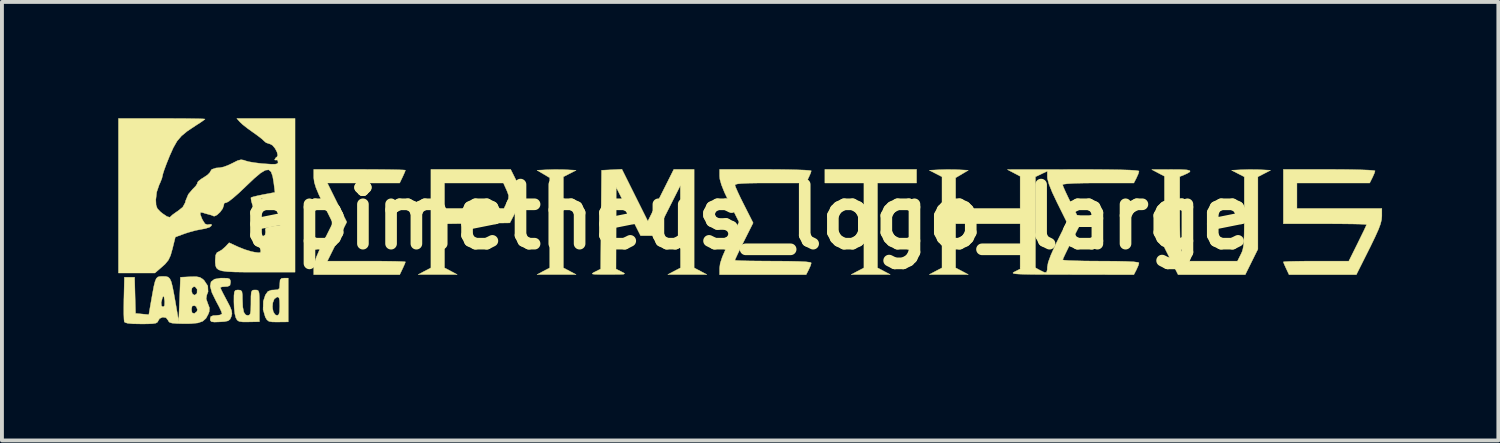
<source format=kicad_pcb>
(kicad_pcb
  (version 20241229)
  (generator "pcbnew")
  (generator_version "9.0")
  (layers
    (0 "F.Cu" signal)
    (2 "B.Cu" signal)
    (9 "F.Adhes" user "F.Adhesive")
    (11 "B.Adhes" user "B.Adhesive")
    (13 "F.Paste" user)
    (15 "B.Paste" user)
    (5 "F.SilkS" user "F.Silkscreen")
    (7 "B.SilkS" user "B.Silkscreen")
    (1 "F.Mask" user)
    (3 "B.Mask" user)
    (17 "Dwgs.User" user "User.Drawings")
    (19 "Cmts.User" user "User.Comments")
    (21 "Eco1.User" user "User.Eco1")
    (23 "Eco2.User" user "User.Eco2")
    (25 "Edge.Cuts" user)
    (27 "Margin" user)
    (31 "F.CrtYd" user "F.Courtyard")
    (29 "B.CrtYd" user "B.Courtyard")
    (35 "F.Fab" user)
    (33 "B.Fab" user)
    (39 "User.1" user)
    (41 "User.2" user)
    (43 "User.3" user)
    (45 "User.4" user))
  (footprint "epimetheus_logo_large"
    (layer "F.Cu")
    (at 16.252 2.545)
    (property "Reference" "epimetheus_logo_large" (at 0 0 0) (layer "F.SilkS") (effects (font (size 1.524 1.524) (thickness 0.3))))
    (attr through_hole)
    (fp_poly (pts (xy 4.336 -0.876) (xy 3.328 -0.876) (xy 3.328 1.312) (xy 3.657 1.485) (xy 2.649 1.485) (xy 2.978 1.312) (xy 2.978 -0.876) (xy 1.971 -0.876) (xy 1.971 -1.226) (xy 4.336 -1.226) (xy 4.336 -0.876)) (stroke (width 0.01) (type solid)) (fill yes) (layer "F.SilkS"))
    (fp_poly (pts (xy -4.783 -1.221) (xy -4.697 -1.217) (xy -4.445 -1.204) (xy -4.773 -1.035) (xy -4.773 1.312) (xy -4.445 1.485) (xy -5.452 1.485) (xy -5.288 1.398) (xy -5.124 1.312) (xy -5.124 -1.01) (xy -5.288 -1.107) (xy -5.452 -1.204) (xy -5.2 -1.217) (xy -5 -1.223) (xy -4.783 -1.221)) (stroke (width 0.01) (type solid)) (fill yes) (layer "F.SilkS"))
    (fp_poly (pts (xy -5.961 -0.885) (xy -5.789 -0.544) (xy -6.153 0.153) (xy -6.996 0.165) (xy -7.839 0.177) (xy -7.839 1.312) (xy -7.675 1.398) (xy -7.511 1.485) (xy -8.518 1.485) (xy -8.189 1.312) (xy -8.189 -0.876) (xy -7.839 -0.876) (xy -7.839 -0.219) (xy -6.305 -0.219) (xy -6.232 -0.371) (xy -6.19 -0.473) (xy -6.185 -0.552) (xy -6.219 -0.651) (xy -6.24 -0.699) (xy -6.32 -0.876) (xy -7.839 -0.876) (xy -8.189 -0.876) (xy -8.189 -1.226) (xy -6.132 -1.226) (xy -5.961 -0.885)) (stroke (width 0.01) (type solid)) (fill yes) (layer "F.SilkS"))
    (fp_poly (pts (xy -2.929 -0.56) (xy -2.595 0.109) (xy -2.261 -0.558) (xy -1.926 -1.226) (xy -1.401 -1.226) (xy -1.401 1.312) (xy -1.073 1.485) (xy -2.08 1.485) (xy -1.916 1.398) (xy -1.752 1.312) (xy -1.754 0.251) (xy -1.756 -0.81) (xy -2.409 0.482) (xy -2.782 0.482) (xy -3.097 -0.142) (xy -3.411 -0.766) (xy -3.413 0.288) (xy -3.416 1.342) (xy -3.274 1.413) (xy -3.215 1.443) (xy -3.194 1.464) (xy -3.222 1.476) (xy -3.309 1.481) (xy -3.466 1.483) (xy -3.613 1.483) (xy -3.822 1.483) (xy -3.954 1.48) (xy -4.019 1.472) (xy -4.029 1.458) (xy -3.995 1.434) (xy -3.953 1.413) (xy -3.811 1.342) (xy -3.8 0.069) (xy -3.788 -1.204) (xy -3.263 -1.23) (xy -2.929 -0.56)) (stroke (width 0.01) (type solid)) (fill yes) (layer "F.SilkS"))
    (fp_poly (pts (xy -11.868 2.706) (xy -12.13 2.709) (xy -12.278 2.708) (xy -12.365 2.693) (xy -12.417 2.654) (xy -12.459 2.585) (xy -12.517 2.388) (xy -12.515 2.335) (xy -12.276 2.335) (xy -12.254 2.447) (xy -12.204 2.523) (xy -12.154 2.54) (xy -12.114 2.52) (xy -12.093 2.447) (xy -12.087 2.305) (xy -12.087 2.296) (xy -12.091 2.156) (xy -12.107 2.084) (xy -12.141 2.064) (xy -12.16 2.066) (xy -12.229 2.116) (xy -12.267 2.215) (xy -12.276 2.335) (xy -12.515 2.335) (xy -12.511 2.173) (xy -12.458 2.012) (xy -12.392 1.92) (xy -12.299 1.886) (xy -12.239 1.883) (xy -12.137 1.876) (xy -12.095 1.838) (xy -12.087 1.741) (xy -12.087 1.73) (xy -12.079 1.626) (xy -12.042 1.584) (xy -11.977 1.577) (xy -11.868 1.577) (xy -11.868 2.706)) (stroke (width 0.01) (type solid)) (fill yes) (layer "F.SilkS"))
    (fp_poly (pts (xy -12.671 1.886) (xy -12.639 1.906) (xy -12.621 1.959) (xy -12.614 2.063) (xy -12.612 2.233) (xy -12.612 2.293) (xy -12.612 2.702) (xy -12.891 2.707) (xy -13.044 2.707) (xy -13.135 2.694) (xy -13.185 2.661) (xy -13.219 2.602) (xy -13.245 2.502) (xy -13.263 2.349) (xy -13.269 2.188) (xy -13.268 2.028) (xy -13.258 1.937) (xy -13.234 1.895) (xy -13.188 1.884) (xy -13.16 1.883) (xy -13.096 1.89) (xy -13.063 1.924) (xy -13.051 2.009) (xy -13.05 2.113) (xy -13.041 2.324) (xy -13.014 2.458) (xy -12.965 2.526) (xy -12.914 2.54) (xy -12.872 2.531) (xy -12.847 2.492) (xy -12.835 2.404) (xy -12.831 2.25) (xy -12.831 2.212) (xy -12.83 2.044) (xy -12.822 1.947) (xy -12.801 1.899) (xy -12.76 1.884) (xy -12.722 1.883) (xy -12.671 1.886)) (stroke (width 0.01) (type solid)) (fill yes) (layer "F.SilkS"))
    (fp_poly (pts (xy -13.44 1.58) (xy -13.378 1.6) (xy -13.358 1.647) (xy -13.357 1.686) (xy -13.371 1.764) (xy -13.431 1.793) (xy -13.488 1.796) (xy -13.581 1.803) (xy -13.62 1.822) (xy -13.62 1.822) (xy -13.6 1.871) (xy -13.548 1.975) (xy -13.474 2.115) (xy -13.457 2.147) (xy -13.373 2.307) (xy -13.33 2.415) (xy -13.32 2.496) (xy -13.337 2.569) (xy -13.37 2.64) (xy -13.42 2.679) (xy -13.513 2.698) (xy -13.631 2.706) (xy -13.773 2.711) (xy -13.849 2.701) (xy -13.878 2.67) (xy -13.882 2.63) (xy -13.866 2.568) (xy -13.801 2.543) (xy -13.729 2.54) (xy -13.628 2.528) (xy -13.577 2.499) (xy -13.576 2.492) (xy -13.596 2.433) (xy -13.649 2.321) (xy -13.724 2.18) (xy -13.729 2.171) (xy -13.837 1.95) (xy -13.881 1.786) (xy -13.859 1.672) (xy -13.77 1.604) (xy -13.613 1.577) (xy -13.567 1.577) (xy -13.44 1.58)) (stroke (width 0.01) (type solid)) (fill yes) (layer "F.SilkS"))
    (fp_poly (pts (xy -9.717 -1.225) (xy -9.436 -1.223) (xy -9.198 -1.22) (xy -9.012 -1.216) (xy -8.891 -1.211) (xy -8.846 -1.206) (xy -8.846 -1.206) (xy -8.863 -1.157) (xy -8.906 -1.061) (xy -8.92 -1.031) (xy -8.994 -0.876) (xy -10.86 -0.876) (xy -10.61 -0.372) (xy -10.359 0.131) (xy -10.61 0.635) (xy -10.86 1.139) (xy -9.853 1.139) (xy -9.567 1.139) (xy -9.312 1.142) (xy -9.101 1.145) (xy -8.946 1.15) (xy -8.86 1.156) (xy -8.846 1.159) (xy -8.863 1.208) (xy -8.906 1.304) (xy -8.92 1.334) (xy -8.994 1.489) (xy -11.211 1.489) (xy -11.211 1.313) (xy -11.195 1.194) (xy -11.143 1.034) (xy -11.051 0.822) (xy -10.965 0.646) (xy -10.719 0.156) (xy -10.965 -0.339) (xy -11.079 -0.576) (xy -11.154 -0.756) (xy -11.196 -0.894) (xy -11.211 -1.009) (xy -11.211 -1.03) (xy -11.211 -1.226) (xy -10.029 -1.226) (xy -9.717 -1.225)) (stroke (width 0.01) (type solid)) (fill yes) (layer "F.SilkS"))
    (fp_poly (pts (xy 11.155 -1.222) (xy 11.31 -1.213) (xy 11.385 -1.194) (xy 11.387 -1.165) (xy 11.318 -1.123) (xy 11.256 -1.095) (xy 11.123 -1.04) (xy 11.123 -0.106) (xy 11.124 0.217) (xy 11.128 0.464) (xy 11.135 0.649) (xy 11.146 0.784) (xy 11.162 0.881) (xy 11.184 0.954) (xy 11.197 0.984) (xy 11.271 1.139) (xy 12.611 1.139) (xy 12.699 0.965) (xy 12.729 0.9) (xy 12.751 0.828) (xy 12.767 0.736) (xy 12.778 0.611) (xy 12.784 0.44) (xy 12.787 0.209) (xy 12.788 -0.095) (xy 12.788 -0.122) (xy 12.788 -1.035) (xy 12.459 -1.204) (xy 12.711 -1.217) (xy 12.912 -1.223) (xy 13.129 -1.221) (xy 13.215 -1.217) (xy 13.466 -1.204) (xy 13.138 -1.035) (xy 13.138 0.831) (xy 12.812 1.489) (xy 11.081 1.489) (xy 10.905 1.14) (xy 10.729 0.79) (xy 10.729 -1.049) (xy 10.401 -1.222) (xy 10.918 -1.224) (xy 11.155 -1.222)) (stroke (width 0.01) (type solid)) (fill yes) (layer "F.SilkS"))
    (fp_poly (pts (xy 15.289 -1.225) (xy 15.57 -1.221) (xy 15.808 -1.215) (xy 15.994 -1.208) (xy 16.115 -1.199) (xy 16.16 -1.19) (xy 16.16 -1.189) (xy 16.142 -1.128) (xy 16.098 -1.028) (xy 16.091 -1.014) (xy 16.022 -0.876) (xy 14.145 -0.876) (xy 14.145 -0.219) (xy 16.335 -0.219) (xy 16.335 -0.021) (xy 16.327 0.072) (xy 16.3 0.182) (xy 16.248 0.322) (xy 16.165 0.506) (xy 16.048 0.749) (xy 16.006 0.833) (xy 15.677 1.489) (xy 13.942 1.489) (xy 13.869 1.334) (xy 13.822 1.231) (xy 13.796 1.166) (xy 13.795 1.159) (xy 13.836 1.153) (xy 13.952 1.147) (xy 14.129 1.143) (xy 14.353 1.14) (xy 14.611 1.139) (xy 14.639 1.139) (xy 15.483 1.139) (xy 15.712 0.678) (xy 15.801 0.496) (xy 15.875 0.345) (xy 15.924 0.239) (xy 15.941 0.197) (xy 15.899 0.191) (xy 15.781 0.185) (xy 15.6 0.181) (xy 15.366 0.178) (xy 15.093 0.176) (xy 14.868 0.175) (xy 13.795 0.175) (xy 13.795 -1.226) (xy 14.977 -1.226) (xy 15.289 -1.225)) (stroke (width 0.01) (type solid)) (fill yes) (layer "F.SilkS"))
    (fp_poly (pts (xy 0.749 -1.225) (xy 1.03 -1.221) (xy 1.269 -1.215) (xy 1.454 -1.208) (xy 1.575 -1.199) (xy 1.62 -1.19) (xy 1.62 -1.189) (xy 1.602 -1.128) (xy 1.558 -1.028) (xy 1.551 -1.014) (xy 1.483 -0.876) (xy 0.566 -0.876) (xy 0.245 -0.875) (xy 0.003 -0.871) (xy -0.169 -0.863) (xy -0.279 -0.853) (xy -0.335 -0.837) (xy -0.348 -0.821) (xy -0.328 -0.762) (xy -0.276 -0.643) (xy -0.2 -0.482) (xy -0.112 -0.307) (xy 0.121 0.153) (xy -0.115 0.623) (xy -0.206 0.807) (xy -0.281 0.961) (xy -0.331 1.07) (xy -0.35 1.116) (xy -0.35 1.116) (xy -0.309 1.122) (xy -0.192 1.128) (xy -0.012 1.133) (xy 0.218 1.136) (xy 0.487 1.138) (xy 0.635 1.139) (xy 1.005 1.141) (xy 1.289 1.147) (xy 1.485 1.157) (xy 1.595 1.171) (xy 1.62 1.185) (xy 1.602 1.253) (xy 1.556 1.354) (xy 1.554 1.36) (xy 1.487 1.489) (xy -0.744 1.489) (xy -0.744 1.314) (xy -0.728 1.195) (xy -0.675 1.034) (xy -0.582 0.819) (xy -0.494 0.635) (xy -0.243 0.131) (xy -0.494 -0.373) (xy -0.617 -0.631) (xy -0.696 -0.828) (xy -0.737 -0.975) (xy -0.744 -1.052) (xy -0.744 -1.226) (xy 0.438 -1.226) (xy 0.749 -1.225)) (stroke (width 0.01) (type solid)) (fill yes) (layer "F.SilkS"))
    (fp_poly (pts (xy 8.866 -1.224) (xy 9.27 -1.221) (xy 9.591 -1.216) (xy 9.828 -1.209) (xy 9.985 -1.199) (xy 10.063 -1.187) (xy 10.072 -1.18) (xy 10.054 -1.112) (xy 10.008 -1.01) (xy 10.006 -1.005) (xy 9.939 -0.876) (xy 9.02 -0.876) (xy 8.68 -0.874) (xy 8.415 -0.868) (xy 8.229 -0.857) (xy 8.124 -0.844) (xy 8.102 -0.831) (xy 8.12 -0.777) (xy 8.171 -0.661) (xy 8.246 -0.502) (xy 8.337 -0.317) (xy 8.573 0.153) (xy 8.34 0.613) (xy 8.248 0.796) (xy 8.173 0.95) (xy 8.122 1.059) (xy 8.104 1.106) (xy 8.145 1.115) (xy 8.261 1.124) (xy 8.441 1.13) (xy 8.671 1.136) (xy 8.939 1.138) (xy 9.087 1.139) (xy 9.457 1.141) (xy 9.741 1.147) (xy 9.937 1.157) (xy 10.047 1.171) (xy 10.072 1.185) (xy 10.054 1.253) (xy 10.008 1.354) (xy 10.006 1.36) (xy 9.939 1.489) (xy 8.331 1.486) (xy 7.914 1.485) (xy 7.577 1.484) (xy 7.313 1.482) (xy 7.114 1.478) (xy 6.973 1.473) (xy 6.882 1.466) (xy 6.834 1.456) (xy 6.821 1.444) (xy 6.835 1.429) (xy 6.865 1.413) (xy 7.007 1.342) (xy 7.007 0.175) (xy 5.343 0.175) (xy 5.343 1.312) (xy 5.507 1.398) (xy 5.671 1.485) (xy 4.664 1.485) (xy 4.828 1.398) (xy 4.992 1.312) (xy 4.992 -1.035) (xy 4.828 -1.12) (xy 4.664 -1.204) (xy 4.916 -1.217) (xy 5.116 -1.223) (xy 5.333 -1.221) (xy 5.419 -1.217) (xy 5.671 -1.204) (xy 5.507 -1.107) (xy 5.343 -1.01) (xy 5.343 -0.219) (xy 7.007 -0.219) (xy 7.007 -1.035) (xy 7.401 -1.035) (xy 7.401 1.311) (xy 7.521 1.376) (xy 7.632 1.43) (xy 7.687 1.428) (xy 7.706 1.362) (xy 7.708 1.292) (xy 7.731 1.169) (xy 7.8 0.981) (xy 7.91 0.734) (xy 7.959 0.635) (xy 8.209 0.131) (xy 7.959 -0.373) (xy 7.835 -0.635) (xy 7.751 -0.844) (xy 7.711 -0.991) (xy 7.708 -1.029) (xy 7.708 -1.181) (xy 7.554 -1.108) (xy 7.401 -1.035) (xy 7.007 -1.035) (xy 7.007 -1.049) (xy 6.678 -1.222) (xy 8.375 -1.224) (xy 8.866 -1.224)) (stroke (width 0.01) (type solid)) (fill yes) (layer "F.SilkS"))
    (fp_poly (pts (xy -15.104 1.533) (xy -15.025 1.535) (xy -14.966 1.551) (xy -14.922 1.593) (xy -14.885 1.673) (xy -14.852 1.804) (xy -14.814 1.998) (xy -14.776 2.212) (xy -14.693 2.693) (xy -14.681 2.387) (xy -14.364 2.387) (xy -14.349 2.472) (xy -14.295 2.489) (xy -14.287 2.488) (xy -14.224 2.438) (xy -14.211 2.387) (xy -14.244 2.309) (xy -14.287 2.286) (xy -14.346 2.297) (xy -14.364 2.375) (xy -14.364 2.387) (xy -14.681 2.387) (xy -14.671 2.124) (xy -14.662 1.905) (xy -14.364 1.905) (xy -14.339 1.986) (xy -14.285 2.017) (xy -14.232 1.984) (xy -14.221 1.96) (xy -14.218 1.865) (xy -14.268 1.803) (xy -14.303 1.796) (xy -14.351 1.834) (xy -14.364 1.905) (xy -14.662 1.905) (xy -14.649 1.555) (xy -14.397 1.542) (xy -14.245 1.539) (xy -14.148 1.557) (xy -14.072 1.604) (xy -14.036 1.638) (xy -13.943 1.779) (xy -13.936 1.929) (xy -13.969 2.013) (xy -13.985 2.111) (xy -13.943 2.231) (xy -13.9 2.345) (xy -13.907 2.443) (xy -13.929 2.502) (xy -13.99 2.615) (xy -14.074 2.69) (xy -14.198 2.733) (xy -14.378 2.751) (xy -14.558 2.753) (xy -14.746 2.748) (xy -14.864 2.738) (xy -14.929 2.718) (xy -14.959 2.685) (xy -14.966 2.666) (xy -15.019 2.599) (xy -15.105 2.584) (xy -15.186 2.62) (xy -15.218 2.671) (xy -15.239 2.712) (xy -15.281 2.738) (xy -15.362 2.752) (xy -15.5 2.758) (xy -15.66 2.759) (xy -15.874 2.755) (xy -16.012 2.742) (xy -16.082 2.719) (xy -16.097 2.702) (xy -16.104 2.638) (xy -16.109 2.505) (xy -16.109 2.324) (xy -16.107 2.111) (xy -16.106 2.1) (xy -16.094 1.555) (xy -15.831 1.555) (xy -15.819 2.021) (xy -15.806 2.487) (xy -15.464 2.52) (xy -15.415 2.234) (xy -15.41 2.208) (xy -15.146 2.208) (xy -15.137 2.295) (xy -15.096 2.321) (xy -15.059 2.289) (xy -15.055 2.188) (xy -15.058 2.157) (xy -15.073 2.059) (xy -15.091 2.04) (xy -15.112 2.08) (xy -15.146 2.208) (xy -15.41 2.208) (xy -15.369 1.974) (xy -15.334 1.788) (xy -15.303 1.663) (xy -15.271 1.587) (xy -15.232 1.549) (xy -15.181 1.535) (xy -15.113 1.533) (xy -15.104 1.533)) (stroke (width 0.01) (type solid)) (fill yes) (layer "F.SilkS"))
    (fp_poly (pts (xy -14.828 -2.539) (xy -14.557 -2.538) (xy -14.328 -2.535) (xy -14.154 -2.532) (xy -14.045 -2.528) (xy -14.014 -2.524) (xy -14.048 -2.495) (xy -14.137 -2.433) (xy -14.263 -2.352) (xy -14.266 -2.35) (xy -14.473 -2.212) (xy -14.623 -2.088) (xy -14.736 -1.955) (xy -14.832 -1.787) (xy -14.934 -1.559) (xy -14.935 -1.555) (xy -15.008 -1.374) (xy -15.066 -1.218) (xy -15.101 -1.109) (xy -15.109 -1.071) (xy -15.128 -0.992) (xy -15.175 -0.875) (xy -15.196 -0.832) (xy -15.261 -0.641) (xy -15.284 -0.443) (xy -15.277 -0.307) (xy -15.245 -0.217) (xy -15.168 -0.136) (xy -15.112 -0.09) (xy -14.997 -0.012) (xy -14.925 0.009) (xy -14.911 -0.001) (xy -14.859 -0.051) (xy -14.76 -0.123) (xy -14.713 -0.154) (xy -14.589 -0.253) (xy -14.527 -0.366) (xy -14.514 -0.419) (xy -14.445 -0.584) (xy -14.338 -0.711) (xy -14.254 -0.797) (xy -14.213 -0.862) (xy -14.213 -0.879) (xy -14.191 -0.918) (xy -14.112 -0.979) (xy -14.058 -1.012) (xy -13.953 -1.082) (xy -13.89 -1.144) (xy -13.882 -1.164) (xy -13.842 -1.226) (xy -13.732 -1.263) (xy -13.633 -1.27) (xy -13.532 -1.291) (xy -13.395 -1.344) (xy -13.308 -1.386) (xy -13.175 -1.453) (xy -13.086 -1.476) (xy -13.01 -1.464) (xy -12.983 -1.452) (xy -12.888 -1.425) (xy -12.734 -1.399) (xy -12.551 -1.377) (xy -12.501 -1.373) (xy -12.32 -1.361) (xy -12.21 -1.36) (xy -12.153 -1.372) (xy -12.132 -1.4) (xy -12.131 -1.419) (xy -12.15 -1.47) (xy -12.174 -1.467) (xy -12.215 -1.468) (xy -12.218 -1.483) (xy -12.184 -1.534) (xy -12.164 -1.544) (xy -12.139 -1.589) (xy -12.158 -1.673) (xy -12.208 -1.768) (xy -12.273 -1.847) (xy -12.339 -1.883) (xy -12.344 -1.883) (xy -12.439 -1.915) (xy -12.485 -1.953) (xy -12.55 -2.014) (xy -12.664 -2.102) (xy -12.786 -2.189) (xy -12.925 -2.289) (xy -13.046 -2.385) (xy -13.112 -2.447) (xy -13.195 -2.54) (xy -11.693 -2.54) (xy -11.693 1.423) (xy -12.649 1.423) (xy -12.988 1.423) (xy -13.249 1.419) (xy -13.442 1.409) (xy -13.578 1.391) (xy -13.667 1.361) (xy -13.719 1.316) (xy -13.743 1.255) (xy -13.751 1.173) (xy -13.751 1.114) (xy -13.741 0.985) (xy -13.706 0.918) (xy -13.67 0.9) (xy -13.584 0.851) (xy -13.491 0.77) (xy -13.393 0.665) (xy -13.153 0.775) (xy -12.987 0.841) (xy -12.819 0.892) (xy -12.734 0.909) (xy -12.637 0.922) (xy -12.587 0.916) (xy -12.577 0.874) (xy -12.602 0.778) (xy -12.639 0.658) (xy -12.637 0.583) (xy -12.563 0.525) (xy -12.549 0.519) (xy -12.465 0.462) (xy -12.452 0.386) (xy -12.456 0.369) (xy -12.461 0.309) (xy -12.425 0.274) (xy -12.327 0.25) (xy -12.279 0.242) (xy -12.077 0.212) (xy -12.103 0.051) (xy -12.135 -0.109) (xy -12.175 -0.269) (xy -12.22 -0.428) (xy -12.379 -0.347) (xy -12.487 -0.301) (xy -12.563 -0.286) (xy -12.575 -0.289) (xy -12.599 -0.271) (xy -12.601 -0.211) (xy -12.61 -0.126) (xy -12.65 -0.107) (xy -12.707 -0.149) (xy -12.765 -0.243) (xy -12.786 -0.294) (xy -12.82 -0.409) (xy -12.827 -0.46) (xy -12.569 -0.46) (xy -12.547 -0.438) (xy -12.525 -0.46) (xy -12.547 -0.482) (xy -12.569 -0.46) (xy -12.827 -0.46) (xy -12.831 -0.486) (xy -12.828 -0.5) (xy -12.777 -0.518) (xy -12.664 -0.546) (xy -12.513 -0.577) (xy -12.508 -0.578) (xy -12.211 -0.634) (xy -12.241 -0.876) (xy -12.27 -1.05) (xy -12.311 -1.164) (xy -12.371 -1.216) (xy -12.459 -1.206) (xy -12.582 -1.132) (xy -12.746 -0.994) (xy -12.961 -0.79) (xy -12.965 -0.786) (xy -13.142 -0.618) (xy -13.292 -0.487) (xy -13.403 -0.401) (xy -13.467 -0.368) (xy -13.473 -0.369) (xy -13.521 -0.355) (xy -13.532 -0.299) (xy -13.559 -0.217) (xy -13.625 -0.126) (xy -13.705 -0.052) (xy -13.776 -0.019) (xy -13.798 -0.024) (xy -13.874 -0.054) (xy -13.915 -0.064) (xy -14.026 -0.095) (xy -14.069 -0.11) (xy -14.129 -0.119) (xy -14.139 -0.073) (xy -14.098 0.037) (xy -14.075 0.083) (xy -14.015 0.177) (xy -13.952 0.201) (xy -13.917 0.194) (xy -13.852 0.187) (xy -13.848 0.225) (xy -13.9 0.266) (xy -14.012 0.301) (xy -14.083 0.313) (xy -14.253 0.346) (xy -14.446 0.399) (xy -14.539 0.43) (xy -14.78 0.518) (xy -14.854 0.818) (xy -14.903 0.992) (xy -14.96 1.113) (xy -15.043 1.214) (xy -15.117 1.281) (xy -15.306 1.445) (xy -15.776 1.445) (xy -16.247 1.445) (xy -16.247 -2.54) (xy -15.131 -2.54) (xy -14.828 -2.539)) (stroke (width 0.01) (type solid)) (fill yes) (layer "F.SilkS")))
  (gr_rect
    (start -3 -3)
    (end 35.592 8.309)
    (stroke (width 0.1) (type default))
    (fill no)
    (layer "Edge.Cuts")))
</source>
